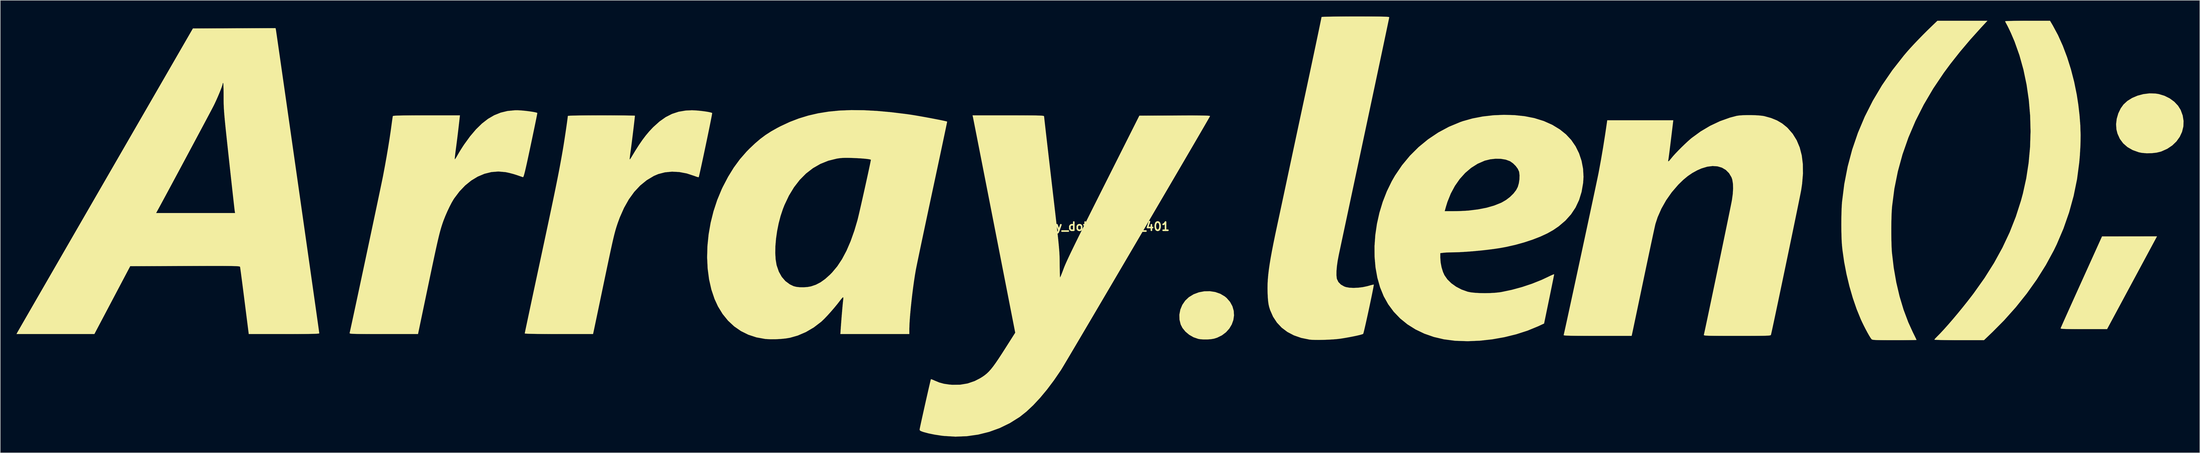
<source format=kicad_pcb>
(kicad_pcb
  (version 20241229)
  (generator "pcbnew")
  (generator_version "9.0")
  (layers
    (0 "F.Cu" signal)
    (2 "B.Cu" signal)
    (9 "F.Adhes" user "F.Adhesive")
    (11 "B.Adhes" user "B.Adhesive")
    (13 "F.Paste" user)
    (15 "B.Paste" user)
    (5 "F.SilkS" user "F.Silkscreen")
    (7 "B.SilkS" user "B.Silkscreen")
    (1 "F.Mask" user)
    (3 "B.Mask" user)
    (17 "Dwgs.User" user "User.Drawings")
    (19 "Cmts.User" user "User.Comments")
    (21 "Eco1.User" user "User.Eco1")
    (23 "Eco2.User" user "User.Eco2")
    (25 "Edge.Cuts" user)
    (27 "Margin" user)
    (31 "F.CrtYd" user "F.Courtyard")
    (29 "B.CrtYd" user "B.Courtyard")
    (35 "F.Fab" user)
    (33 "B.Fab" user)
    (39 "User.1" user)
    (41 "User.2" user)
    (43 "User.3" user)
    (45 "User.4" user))
  (footprint "array_dotlen_logo_401"
    (layer "F.Cu")
    (at 200.591 38.959)
    (property "Reference" "array_dotlen_logo_401" (at 0 0 0) (layer "F.SilkS") (effects (font (size 1.524 1.524) (thickness 0.3))))
    (attr through_hole)
    (fp_poly (pts (xy 193.871 5.154) (xy 193.442 5.952) (xy 192.926 6.913) (xy 192.342 7.999) (xy 191.713 9.172) (xy 191.056 10.393) (xy 190.395 11.625) (xy 189.747 12.829) (xy 189.251 13.754) (xy 186.421 19.022) (xy 182.102 19.022) (xy 180.967 19.02) (xy 180.041 19.016) (xy 179.305 19.008) (xy 178.741 18.996) (xy 178.33 18.979) (xy 178.052 18.956) (xy 177.889 18.927) (xy 177.823 18.891) (xy 177.82 18.871) (xy 177.872 18.746) (xy 178.01 18.43) (xy 178.228 17.937) (xy 178.519 17.284) (xy 178.876 16.487) (xy 179.291 15.561) (xy 179.758 14.522) (xy 180.269 13.386) (xy 180.818 12.168) (xy 181.397 10.885) (xy 181.673 10.275) (xy 185.488 1.829) (xy 190.574 1.826) (xy 195.661 1.822) (xy 193.871 5.154)) (stroke (width 0.01) (type solid)) (fill yes) (layer "F.SilkS"))
    (fp_poly (pts (xy 21.322 12.146) (xy 22.256 12.471) (xy 23.091 12.966) (xy 23.44 13.259) (xy 24.072 13.988) (xy 24.503 14.785) (xy 24.742 15.625) (xy 24.797 16.483) (xy 24.675 17.334) (xy 24.383 18.153) (xy 23.931 18.914) (xy 23.325 19.593) (xy 22.573 20.165) (xy 21.684 20.604) (xy 21.107 20.788) (xy 20.557 20.884) (xy 19.883 20.934) (xy 19.178 20.937) (xy 18.536 20.891) (xy 18.181 20.831) (xy 17.313 20.532) (xy 16.508 20.072) (xy 15.81 19.486) (xy 15.259 18.808) (xy 14.929 18.163) (xy 14.706 17.253) (xy 14.689 16.317) (xy 14.868 15.394) (xy 15.231 14.522) (xy 15.766 13.74) (xy 16.442 13.101) (xy 17.324 12.563) (xy 18.29 12.2) (xy 19.302 12.009) (xy 20.325 11.992) (xy 21.322 12.146)) (stroke (width 0.01) (type solid)) (fill yes) (layer "F.SilkS"))
    (fp_poly (pts (xy 195.329 -24.667) (xy 195.995 -24.564) (xy 197.05 -24.243) (xy 198.017 -23.76) (xy 198.863 -23.14) (xy 199.555 -22.405) (xy 200.037 -21.628) (xy 200.417 -20.596) (xy 200.581 -19.561) (xy 200.538 -18.541) (xy 200.298 -17.56) (xy 199.871 -16.636) (xy 199.266 -15.791) (xy 198.495 -15.046) (xy 197.565 -14.421) (xy 196.488 -13.937) (xy 196.366 -13.895) (xy 195.585 -13.706) (xy 194.68 -13.602) (xy 193.74 -13.587) (xy 192.854 -13.662) (xy 192.288 -13.777) (xy 191.159 -14.182) (xy 190.195 -14.736) (xy 189.401 -15.432) (xy 188.784 -16.264) (xy 188.352 -17.225) (xy 188.157 -17.999) (xy 188.09 -18.97) (xy 188.21 -19.985) (xy 188.501 -20.984) (xy 188.946 -21.91) (xy 189.463 -22.63) (xy 190.178 -23.29) (xy 191.055 -23.838) (xy 192.052 -24.263) (xy 193.126 -24.551) (xy 194.232 -24.69) (xy 195.329 -24.667)) (stroke (width 0.01) (type solid)) (fill yes) (layer "F.SilkS"))
    (fp_poly (pts (xy 176.378 -37.274) (xy 177.337 -35.487) (xy 178.222 -33.515) (xy 179.023 -31.391) (xy 179.728 -29.151) (xy 180.326 -26.827) (xy 180.807 -24.454) (xy 181.091 -22.609) (xy 181.32 -20.633) (xy 181.462 -18.772) (xy 181.519 -16.957) (xy 181.491 -15.117) (xy 181.379 -13.179) (xy 181.265 -11.865) (xy 180.856 -8.765) (xy 180.226 -5.672) (xy 179.385 -2.611) (xy 178.339 0.391) (xy 177.096 3.308) (xy 176.547 4.442) (xy 175.086 7.132) (xy 173.416 9.799) (xy 171.556 12.419) (xy 169.524 14.965) (xy 167.339 17.414) (xy 165.219 19.55) (xy 163.63 21.072) (xy 159.04 21.072) (xy 158.043 21.07) (xy 157.12 21.063) (xy 156.296 21.054) (xy 155.594 21.041) (xy 155.039 21.025) (xy 154.655 21.008) (xy 154.466 20.989) (xy 154.45 20.981) (xy 154.526 20.858) (xy 154.722 20.636) (xy 154.916 20.44) (xy 155.525 19.823) (xy 156.243 19.051) (xy 157.043 18.152) (xy 157.901 17.157) (xy 158.792 16.094) (xy 159.69 14.994) (xy 160.573 13.885) (xy 161.413 12.798) (xy 161.765 12.331) (xy 163.744 9.539) (xy 165.503 6.742) (xy 167.048 3.926) (xy 168.388 1.077) (xy 169.529 -1.821) (xy 170.479 -4.782) (xy 170.841 -6.118) (xy 171.458 -8.921) (xy 171.899 -11.791) (xy 172.166 -14.705) (xy 172.259 -17.638) (xy 172.182 -20.568) (xy 171.935 -23.469) (xy 171.521 -26.318) (xy 170.942 -29.091) (xy 170.198 -31.765) (xy 169.292 -34.316) (xy 168.614 -35.905) (xy 168.369 -36.427) (xy 168.127 -36.926) (xy 167.921 -37.331) (xy 167.824 -37.511) (xy 167.663 -37.807) (xy 167.565 -38.019) (xy 167.55 -38.072) (xy 167.66 -38.091) (xy 167.972 -38.109) (xy 168.461 -38.125) (xy 169.102 -38.138) (xy 169.87 -38.148) (xy 170.74 -38.155) (xy 171.686 -38.157) (xy 171.703 -38.157) (xy 175.858 -38.157) (xy 176.378 -37.274)) (stroke (width 0.01) (type solid)) (fill yes) (layer "F.SilkS"))
    (fp_poly (pts (xy 163.081 -36.876) (xy 161.077 -34.645) (xy 159.183 -32.4) (xy 157.433 -30.182) (xy 156.208 -28.524) (xy 154.234 -25.587) (xy 152.481 -22.602) (xy 150.949 -19.572) (xy 149.639 -16.497) (xy 148.55 -13.381) (xy 147.685 -10.224) (xy 147.043 -7.029) (xy 146.626 -3.797) (xy 146.592 -3.417) (xy 146.544 -2.684) (xy 146.509 -1.783) (xy 146.485 -0.763) (xy 146.474 0.323) (xy 146.476 1.425) (xy 146.49 2.491) (xy 146.516 3.472) (xy 146.554 4.316) (xy 146.592 4.841) (xy 146.923 7.646) (xy 147.396 10.361) (xy 148.007 12.965) (xy 148.749 15.436) (xy 149.617 17.751) (xy 150.456 19.595) (xy 150.708 20.105) (xy 150.919 20.537) (xy 151.07 20.854) (xy 151.143 21.015) (xy 151.147 21.028) (xy 151.037 21.038) (xy 150.725 21.047) (xy 150.237 21.055) (xy 149.596 21.062) (xy 148.83 21.067) (xy 147.964 21.071) (xy 147.064 21.072) (xy 145.986 21.071) (xy 145.113 21.068) (xy 144.422 21.062) (xy 143.89 21.052) (xy 143.496 21.036) (xy 143.215 21.014) (xy 143.026 20.984) (xy 142.906 20.946) (xy 142.831 20.898) (xy 142.806 20.872) (xy 142.618 20.611) (xy 142.357 20.185) (xy 142.047 19.635) (xy 141.709 19.003) (xy 141.367 18.331) (xy 141.042 17.661) (xy 140.836 17.214) (xy 140.064 15.321) (xy 139.356 13.258) (xy 138.726 11.079) (xy 138.188 8.836) (xy 137.755 6.581) (xy 137.44 4.368) (xy 137.353 3.531) (xy 137.299 2.773) (xy 137.26 1.842) (xy 137.237 0.792) (xy 137.228 -0.322) (xy 137.234 -1.447) (xy 137.254 -2.527) (xy 137.29 -3.51) (xy 137.34 -4.34) (xy 137.358 -4.556) (xy 137.775 -7.88) (xy 138.404 -11.124) (xy 139.245 -14.289) (xy 140.3 -17.377) (xy 141.569 -20.388) (xy 143.052 -23.325) (xy 144.751 -26.189) (xy 146.665 -28.981) (xy 148.796 -31.702) (xy 149.446 -32.468) (xy 150.027 -33.121) (xy 150.735 -33.886) (xy 151.531 -34.72) (xy 152.372 -35.582) (xy 153.22 -36.428) (xy 154.032 -37.217) (xy 155.014 -38.157) (xy 164.269 -38.157) (xy 163.081 -36.876)) (stroke (width 0.01) (type solid)) (fill yes) (layer "F.SilkS"))
    (fp_poly (pts (xy -107.385 -21.541) (xy -106.819 -21.497) (xy -106.212 -21.433) (xy -105.611 -21.357) (xy -105.06 -21.274) (xy -104.606 -21.191) (xy -104.294 -21.113) (xy -104.175 -21.057) (xy -104.191 -20.94) (xy -104.251 -20.622) (xy -104.35 -20.122) (xy -104.484 -19.461) (xy -104.649 -18.66) (xy -104.84 -17.739) (xy -105.053 -16.718) (xy -105.284 -15.619) (xy -105.403 -15.057) (xy -105.687 -13.724) (xy -105.928 -12.597) (xy -106.132 -11.663) (xy -106.303 -10.904) (xy -106.443 -10.305) (xy -106.557 -9.85) (xy -106.648 -9.523) (xy -106.721 -9.309) (xy -106.78 -9.191) (xy -106.827 -9.154) (xy -106.838 -9.156) (xy -107.017 -9.217) (xy -107.353 -9.332) (xy -107.788 -9.483) (xy -108.018 -9.563) (xy -108.635 -9.755) (xy -109.337 -9.939) (xy -109.985 -10.079) (xy -110.068 -10.094) (xy -111.381 -10.209) (xy -112.684 -10.104) (xy -113.964 -9.785) (xy -115.208 -9.26) (xy -116.401 -8.537) (xy -117.53 -7.621) (xy -118.581 -6.522) (xy -119.541 -5.246) (xy -119.689 -5.02) (xy -120.039 -4.421) (xy -120.427 -3.669) (xy -120.826 -2.827) (xy -121.204 -1.958) (xy -121.533 -1.127) (xy -121.691 -0.683) (xy -121.814 -0.311) (xy -121.933 0.063) (xy -122.049 0.455) (xy -122.169 0.882) (xy -122.294 1.36) (xy -122.429 1.905) (xy -122.578 2.535) (xy -122.745 3.265) (xy -122.933 4.111) (xy -123.146 5.091) (xy -123.387 6.22) (xy -123.662 7.516) (xy -123.973 8.994) (xy -124.324 10.671) (xy -124.504 11.533) (xy -126.259 19.933) (xy -132.617 19.933) (xy -133.982 19.932) (xy -135.137 19.931) (xy -136.098 19.928) (xy -136.884 19.923) (xy -137.511 19.916) (xy -137.997 19.905) (xy -138.359 19.89) (xy -138.615 19.872) (xy -138.781 19.848) (xy -138.876 19.819) (xy -138.916 19.784) (xy -138.919 19.742) (xy -138.916 19.733) (xy -138.876 19.566) (xy -138.792 19.191) (xy -138.668 18.627) (xy -138.508 17.888) (xy -138.314 16.992) (xy -138.091 15.955) (xy -137.841 14.792) (xy -137.569 13.521) (xy -137.278 12.157) (xy -136.97 10.717) (xy -136.651 9.217) (xy -136.322 7.674) (xy -135.988 6.104) (xy -135.653 4.523) (xy -135.318 2.947) (xy -134.989 1.393) (xy -134.668 -0.123) (xy -134.359 -1.585) (xy -134.066 -2.976) (xy -133.791 -4.28) (xy -133.539 -5.48) (xy -133.312 -6.561) (xy -133.115 -7.507) (xy -132.95 -8.299) (xy -132.821 -8.924) (xy -132.732 -9.363) (xy -132.704 -9.511) (xy -132.379 -11.243) (xy -132.07 -12.973) (xy -131.785 -14.653) (xy -131.531 -16.234) (xy -131.317 -17.671) (xy -131.21 -18.452) (xy -131.124 -19.088) (xy -131.047 -19.65) (xy -130.982 -20.096) (xy -130.937 -20.386) (xy -130.921 -20.474) (xy -130.865 -20.506) (xy -130.71 -20.533) (xy -130.441 -20.556) (xy -130.041 -20.575) (xy -129.497 -20.589) (xy -128.793 -20.6) (xy -127.916 -20.608) (xy -126.849 -20.613) (xy -125.579 -20.616) (xy -124.69 -20.616) (xy -118.5 -20.616) (xy -118.758 -18.367) (xy -118.859 -17.51) (xy -118.972 -16.577) (xy -119.088 -15.649) (xy -119.197 -14.808) (xy -119.262 -14.317) (xy -119.343 -13.704) (xy -119.405 -13.173) (xy -119.445 -12.764) (xy -119.459 -12.516) (xy -119.452 -12.461) (xy -119.376 -12.527) (xy -119.222 -12.753) (xy -119.017 -13.097) (xy -118.919 -13.272) (xy -118.645 -13.747) (xy -118.293 -14.321) (xy -117.919 -14.906) (xy -117.702 -15.232) (xy -116.611 -16.737) (xy -115.522 -18.022) (xy -114.424 -19.095) (xy -113.304 -19.965) (xy -112.15 -20.637) (xy -110.951 -21.121) (xy -109.695 -21.424) (xy -108.369 -21.554) (xy -107.865 -21.56) (xy -107.385 -21.541)) (stroke (width 0.01) (type solid)) (fill yes) (layer "F.SilkS"))
    (fp_poly (pts (xy 48.676 -38.953) (xy 49.869 -38.95) (xy 50.865 -38.944) (xy 51.677 -38.936) (xy 52.321 -38.924) (xy 52.811 -38.908) (xy 53.162 -38.889) (xy 53.39 -38.865) (xy 53.508 -38.837) (xy 53.534 -38.811) (xy 53.51 -38.687) (xy 53.442 -38.351) (xy 53.33 -37.814) (xy 53.179 -37.087) (xy 52.988 -36.18) (xy 52.762 -35.106) (xy 52.503 -33.874) (xy 52.212 -32.495) (xy 51.892 -30.981) (xy 51.545 -29.343) (xy 51.174 -27.591) (xy 50.781 -25.736) (xy 50.368 -23.789) (xy 49.937 -21.761) (xy 49.491 -19.664) (xy 49.033 -17.507) (xy 49.028 -17.483) (xy 48.564 -15.302) (xy 48.11 -13.166) (xy 47.667 -11.086) (xy 47.24 -9.076) (xy 46.83 -7.147) (xy 46.439 -5.311) (xy 46.071 -3.58) (xy 45.728 -1.966) (xy 45.412 -0.48) (xy 45.126 0.865) (xy 44.872 2.058) (xy 44.654 3.086) (xy 44.473 3.937) (xy 44.332 4.6) (xy 44.233 5.063) (xy 44.184 5.296) (xy 43.983 6.359) (xy 43.844 7.353) (xy 43.767 8.245) (xy 43.757 9) (xy 43.816 9.584) (xy 43.85 9.732) (xy 44.123 10.297) (xy 44.585 10.768) (xy 45.207 11.12) (xy 45.522 11.23) (xy 46.148 11.344) (xy 46.922 11.381) (xy 47.777 11.344) (xy 48.65 11.237) (xy 49.475 11.063) (xy 49.66 11.011) (xy 50.095 10.888) (xy 50.439 10.801) (xy 50.639 10.763) (xy 50.669 10.766) (xy 50.661 10.888) (xy 50.609 11.203) (xy 50.518 11.684) (xy 50.397 12.301) (xy 50.249 13.025) (xy 50.082 13.827) (xy 49.902 14.68) (xy 49.715 15.554) (xy 49.527 16.421) (xy 49.344 17.252) (xy 49.173 18.019) (xy 49.019 18.691) (xy 48.889 19.242) (xy 48.789 19.642) (xy 48.724 19.863) (xy 48.709 19.895) (xy 48.544 19.972) (xy 48.188 20.076) (xy 47.678 20.2) (xy 47.047 20.336) (xy 46.33 20.478) (xy 45.563 20.618) (xy 44.78 20.748) (xy 44.535 20.786) (xy 43.911 20.862) (xy 43.153 20.925) (xy 42.312 20.974) (xy 41.442 21.008) (xy 40.594 21.024) (xy 39.822 21.021) (xy 39.177 20.998) (xy 38.755 20.958) (xy 37.247 20.651) (xy 35.887 20.178) (xy 34.68 19.544) (xy 33.631 18.754) (xy 32.746 17.811) (xy 32.029 16.72) (xy 31.486 15.485) (xy 31.301 14.89) (xy 31.195 14.413) (xy 31.115 13.838) (xy 31.057 13.124) (xy 31.016 12.226) (xy 31.015 12.182) (xy 31.002 11.421) (xy 31.016 10.645) (xy 31.06 9.832) (xy 31.136 8.964) (xy 31.248 8.02) (xy 31.398 6.98) (xy 31.589 5.824) (xy 31.824 4.533) (xy 32.107 3.086) (xy 32.439 1.463) (xy 32.825 -0.355) (xy 32.932 -0.854) (xy 33.054 -1.418) (xy 33.217 -2.178) (xy 33.416 -3.109) (xy 33.646 -4.184) (xy 33.901 -5.377) (xy 34.175 -6.661) (xy 34.463 -8.01) (xy 34.758 -9.399) (xy 35.057 -10.801) (xy 35.194 -11.447) (xy 35.503 -12.896) (xy 35.819 -14.384) (xy 36.138 -15.877) (xy 36.451 -17.346) (xy 36.752 -18.758) (xy 37.035 -20.082) (xy 37.293 -21.286) (xy 37.518 -22.339) (xy 37.705 -23.21) (xy 37.748 -23.407) (xy 37.992 -24.544) (xy 38.25 -25.749) (xy 38.517 -27.003) (xy 38.791 -28.286) (xy 39.065 -29.578) (xy 39.337 -30.861) (xy 39.602 -32.115) (xy 39.857 -33.319) (xy 40.096 -34.456) (xy 40.316 -35.504) (xy 40.513 -36.445) (xy 40.682 -37.258) (xy 40.82 -37.926) (xy 40.923 -38.427) (xy 40.985 -38.743) (xy 41.004 -38.852) (xy 41.115 -38.873) (xy 41.437 -38.891) (xy 41.951 -38.908) (xy 42.641 -38.923) (xy 43.49 -38.935) (xy 44.479 -38.945) (xy 45.591 -38.951) (xy 46.81 -38.954) (xy 47.269 -38.954) (xy 48.676 -38.953)) (stroke (width 0.01) (type solid)) (fill yes) (layer "F.SilkS"))
    (fp_poly (pts (xy 76.727 -20.658) (xy 78.609 -20.457) (xy 80.368 -20.11) (xy 80.414 -20.099) (xy 82.146 -19.559) (xy 83.718 -18.857) (xy 85.13 -17.994) (xy 86.259 -17.085) (xy 87.223 -16.052) (xy 88.03 -14.873) (xy 88.67 -13.574) (xy 89.134 -12.182) (xy 89.413 -10.722) (xy 89.497 -9.223) (xy 89.426 -8.087) (xy 89.142 -6.436) (xy 88.677 -4.92) (xy 88.027 -3.532) (xy 87.186 -2.263) (xy 86.149 -1.105) (xy 84.912 -0.05) (xy 83.888 0.653) (xy 82.794 1.269) (xy 81.509 1.863) (xy 80.072 2.423) (xy 78.522 2.935) (xy 76.895 3.388) (xy 75.229 3.767) (xy 74.093 3.977) (xy 72.963 4.148) (xy 71.706 4.309) (xy 70.379 4.455) (xy 69.037 4.58) (xy 67.735 4.679) (xy 66.53 4.748) (xy 65.477 4.781) (xy 65.209 4.784) (xy 64.658 4.793) (xy 64.111 4.816) (xy 63.669 4.849) (xy 63.585 4.858) (xy 62.987 4.929) (xy 62.987 5.807) (xy 63.049 6.67) (xy 63.221 7.57) (xy 63.481 8.417) (xy 63.754 9.026) (xy 64.296 9.805) (xy 65.029 10.525) (xy 65.916 11.16) (xy 66.924 11.686) (xy 68.017 12.077) (xy 68.08 12.095) (xy 68.664 12.21) (xy 69.421 12.292) (xy 70.297 12.341) (xy 71.241 12.356) (xy 72.2 12.338) (xy 73.12 12.286) (xy 73.95 12.199) (xy 74.321 12.141) (xy 76.216 11.741) (xy 78.128 11.219) (xy 79.992 10.596) (xy 81.743 9.894) (xy 82.835 9.382) (xy 83.306 9.153) (xy 83.693 8.977) (xy 83.958 8.872) (xy 84.061 8.854) (xy 84.061 8.855) (xy 84.04 8.982) (xy 83.976 9.308) (xy 83.877 9.808) (xy 83.745 10.46) (xy 83.587 11.239) (xy 83.407 12.12) (xy 83.21 13.08) (xy 83.131 13.461) (xy 82.199 17.981) (xy 81.073 18.504) (xy 79.134 19.302) (xy 77.043 19.975) (xy 74.847 20.515) (xy 72.589 20.914) (xy 70.313 21.165) (xy 68.065 21.26) (xy 65.888 21.191) (xy 65.634 21.172) (xy 63.659 20.913) (xy 61.788 20.473) (xy 60.032 19.859) (xy 58.401 19.078) (xy 56.906 18.137) (xy 55.558 17.041) (xy 54.367 15.798) (xy 53.344 14.414) (xy 52.514 12.928) (xy 51.842 11.274) (xy 51.338 9.493) (xy 51 7.608) (xy 50.826 5.642) (xy 50.813 3.619) (xy 50.959 1.563) (xy 51.262 -0.504) (xy 51.72 -2.556) (xy 51.808 -2.848) (xy 63.799 -2.848) (xy 65.415 -2.848) (xy 66.14 -2.857) (xy 66.918 -2.882) (xy 67.654 -2.919) (xy 68.252 -2.963) (xy 70.004 -3.182) (xy 71.565 -3.488) (xy 72.957 -3.887) (xy 74.2 -4.384) (xy 74.378 -4.469) (xy 75.161 -4.924) (xy 75.893 -5.485) (xy 76.531 -6.111) (xy 77.031 -6.76) (xy 77.336 -7.347) (xy 77.528 -8.016) (xy 77.639 -8.754) (xy 77.662 -9.477) (xy 77.591 -10.097) (xy 77.565 -10.2) (xy 77.337 -10.702) (xy 76.955 -11.226) (xy 76.474 -11.706) (xy 75.953 -12.079) (xy 75.85 -12.134) (xy 75.095 -12.411) (xy 74.204 -12.56) (xy 73.234 -12.58) (xy 72.238 -12.472) (xy 71.272 -12.235) (xy 71.166 -12.199) (xy 69.891 -11.642) (xy 68.693 -10.882) (xy 67.585 -9.934) (xy 66.578 -8.813) (xy 65.688 -7.535) (xy 64.925 -6.115) (xy 64.304 -4.569) (xy 64.028 -3.673) (xy 63.799 -2.848) (xy 51.808 -2.848) (xy 52.33 -4.571) (xy 53.091 -6.525) (xy 54 -8.395) (xy 54.608 -9.453) (xy 55.904 -11.366) (xy 57.364 -13.13) (xy 58.975 -14.735) (xy 60.725 -16.172) (xy 62.601 -17.43) (xy 64.59 -18.5) (xy 66.681 -19.37) (xy 67.157 -19.536) (xy 68.932 -20.037) (xy 70.824 -20.402) (xy 72.786 -20.628) (xy 74.77 -20.714) (xy 76.727 -20.658)) (stroke (width 0.01) (type solid)) (fill yes) (layer "F.SilkS"))
    (fp_poly (pts (xy -75.042 -21.54) (xy -74.435 -21.496) (xy -73.8 -21.431) (xy -73.182 -21.352) (xy -72.626 -21.265) (xy -72.18 -21.175) (xy -71.887 -21.09) (xy -71.806 -21.044) (xy -71.819 -20.926) (xy -71.874 -20.611) (xy -71.967 -20.123) (xy -72.092 -19.487) (xy -72.245 -18.73) (xy -72.419 -17.875) (xy -72.61 -16.948) (xy -72.812 -15.973) (xy -73.021 -14.977) (xy -73.23 -13.984) (xy -73.435 -13.018) (xy -73.63 -12.106) (xy -73.81 -11.273) (xy -73.97 -10.542) (xy -74.104 -9.94) (xy -74.208 -9.492) (xy -74.276 -9.222) (xy -74.299 -9.152) (xy -74.428 -9.161) (xy -74.707 -9.242) (xy -75.08 -9.378) (xy -75.117 -9.392) (xy -76.504 -9.848) (xy -77.887 -10.11) (xy -79.243 -10.18) (xy -80.546 -10.056) (xy -81.771 -9.74) (xy -82.596 -9.39) (xy -83.917 -8.599) (xy -85.129 -7.612) (xy -86.234 -6.428) (xy -87.232 -5.045) (xy -88.124 -3.462) (xy -88.913 -1.678) (xy -89.282 -0.67) (xy -89.401 -0.317) (xy -89.513 0.025) (xy -89.62 0.372) (xy -89.727 0.74) (xy -89.837 1.147) (xy -89.955 1.608) (xy -90.084 2.141) (xy -90.228 2.762) (xy -90.39 3.488) (xy -90.576 4.335) (xy -90.787 5.32) (xy -91.029 6.459) (xy -91.305 7.769) (xy -91.619 9.267) (xy -91.975 10.97) (xy -92.027 11.219) (xy -92.306 12.558) (xy -92.573 13.835) (xy -92.823 15.033) (xy -93.054 16.134) (xy -93.26 17.119) (xy -93.439 17.971) (xy -93.586 18.671) (xy -93.697 19.201) (xy -93.77 19.543) (xy -93.799 19.676) (xy -93.859 19.933) (xy -100.178 19.933) (xy -101.701 19.931) (xy -103.022 19.925) (xy -104.136 19.915) (xy -105.04 19.901) (xy -105.731 19.883) (xy -106.204 19.862) (xy -106.455 19.837) (xy -106.498 19.819) (xy -106.474 19.696) (xy -106.406 19.363) (xy -106.296 18.835) (xy -106.146 18.125) (xy -105.961 17.247) (xy -105.742 16.215) (xy -105.493 15.042) (xy -105.217 13.742) (xy -104.916 12.329) (xy -104.593 10.816) (xy -104.251 9.218) (xy -103.894 7.547) (xy -103.601 6.18) (xy -103.115 3.904) (xy -102.673 1.836) (xy -102.274 -0.04) (xy -101.913 -1.739) (xy -101.589 -3.277) (xy -101.297 -4.669) (xy -101.035 -5.931) (xy -100.8 -7.078) (xy -100.588 -8.124) (xy -100.396 -9.087) (xy -100.221 -9.979) (xy -100.06 -10.818) (xy -99.911 -11.619) (xy -99.769 -12.396) (xy -99.631 -13.166) (xy -99.496 -13.943) (xy -99.445 -14.238) (xy -99.346 -14.828) (xy -99.235 -15.522) (xy -99.116 -16.283) (xy -98.996 -17.075) (xy -98.878 -17.863) (xy -98.77 -18.61) (xy -98.675 -19.282) (xy -98.599 -19.841) (xy -98.547 -20.253) (xy -98.525 -20.481) (xy -98.525 -20.498) (xy -98.424 -20.527) (xy -98.118 -20.552) (xy -97.605 -20.573) (xy -96.88 -20.589) (xy -95.941 -20.602) (xy -94.783 -20.611) (xy -93.404 -20.615) (xy -92.317 -20.616) (xy -91.152 -20.615) (xy -90.058 -20.612) (xy -89.055 -20.606) (xy -88.166 -20.599) (xy -87.41 -20.59) (xy -86.807 -20.58) (xy -86.379 -20.569) (xy -86.147 -20.557) (xy -86.109 -20.55) (xy -86.123 -20.377) (xy -86.161 -20.014) (xy -86.219 -19.497) (xy -86.293 -18.861) (xy -86.378 -18.142) (xy -86.471 -17.376) (xy -86.566 -16.599) (xy -86.659 -15.847) (xy -86.747 -15.156) (xy -86.824 -14.56) (xy -86.887 -14.097) (xy -86.907 -13.957) (xy -86.984 -13.405) (xy -87.042 -12.939) (xy -87.076 -12.604) (xy -87.081 -12.442) (xy -87.078 -12.435) (xy -86.999 -12.493) (xy -86.856 -12.692) (xy -86.807 -12.773) (xy -86.049 -14.034) (xy -85.359 -15.118) (xy -84.716 -16.056) (xy -84.096 -16.878) (xy -83.478 -17.616) (xy -82.839 -18.301) (xy -82.679 -18.463) (xy -81.548 -19.481) (xy -80.411 -20.284) (xy -79.243 -20.881) (xy -78.02 -21.285) (xy -76.716 -21.505) (xy -75.574 -21.557) (xy -75.042 -21.54)) (stroke (width 0.01) (type solid)) (fill yes) (layer "F.SilkS"))
    (fp_poly (pts (xy -152.575 -36.535) (xy -152.553 -36.398) (xy -152.502 -36.049) (xy -152.421 -35.498) (xy -152.314 -34.757) (xy -152.181 -33.838) (xy -152.025 -32.752) (xy -151.846 -31.512) (xy -151.648 -30.129) (xy -151.431 -28.615) (xy -151.197 -26.981) (xy -150.947 -25.24) (xy -150.684 -23.402) (xy -150.409 -21.48) (xy -150.124 -19.485) (xy -149.83 -17.429) (xy -149.53 -15.324) (xy -149.224 -13.181) (xy -148.914 -11.013) (xy -148.603 -8.83) (xy -148.291 -6.645) (xy -147.981 -4.469) (xy -147.674 -2.314) (xy -147.371 -0.192) (xy -147.076 1.886) (xy -146.788 3.908) (xy -146.51 5.862) (xy -146.243 7.736) (xy -145.99 9.52) (xy -145.751 11.2) (xy -145.529 12.766) (xy -145.325 14.205) (xy -145.14 15.506) (xy -144.978 16.658) (xy -144.838 17.648) (xy -144.723 18.465) (xy -144.635 19.097) (xy -144.575 19.532) (xy -144.544 19.759) (xy -144.541 19.79) (xy -144.585 19.822) (xy -144.727 19.848) (xy -144.982 19.871) (xy -145.364 19.889) (xy -145.888 19.904) (xy -146.567 19.915) (xy -147.417 19.923) (xy -148.452 19.929) (xy -149.686 19.932) (xy -151.065 19.933) (xy -157.589 19.933) (xy -158.365 13.811) (xy -158.513 12.65) (xy -158.653 11.554) (xy -158.783 10.545) (xy -158.901 9.643) (xy -159.003 8.869) (xy -159.086 8.247) (xy -159.148 7.796) (xy -159.186 7.539) (xy -159.196 7.488) (xy -159.214 7.454) (xy -159.26 7.424) (xy -159.346 7.397) (xy -159.486 7.375) (xy -159.695 7.356) (xy -159.987 7.341) (xy -160.375 7.329) (xy -160.873 7.319) (xy -161.496 7.313) (xy -162.256 7.308) (xy -163.169 7.306) (xy -164.248 7.306) (xy -165.508 7.308) (xy -166.961 7.311) (xy -168.622 7.315) (xy -169.392 7.318) (xy -179.534 7.347) (xy -182.852 13.64) (xy -186.17 19.933) (xy -200.586 19.933) (xy -200.42 19.62) (xy -200.349 19.496) (xy -200.17 19.183) (xy -199.886 18.688) (xy -199.502 18.02) (xy -199.022 17.187) (xy -198.451 16.196) (xy -197.794 15.055) (xy -197.056 13.773) (xy -196.24 12.357) (xy -195.351 10.815) (xy -194.395 9.156) (xy -193.375 7.387) (xy -192.296 5.515) (xy -191.163 3.55) (xy -189.981 1.5) (xy -188.753 -0.629) (xy -187.671 -2.506) (xy -174.741 -2.506) (xy -160.125 -2.506) (xy -160.193 -2.933) (xy -160.215 -3.111) (xy -160.26 -3.498) (xy -160.326 -4.075) (xy -160.41 -4.825) (xy -160.511 -5.729) (xy -160.627 -6.77) (xy -160.755 -7.93) (xy -160.893 -9.19) (xy -161.04 -10.533) (xy -161.194 -11.941) (xy -161.252 -12.472) (xy -161.433 -14.136) (xy -161.59 -15.592) (xy -161.726 -16.859) (xy -161.842 -17.957) (xy -161.939 -18.904) (xy -162.019 -19.72) (xy -162.083 -20.422) (xy -162.134 -21.031) (xy -162.173 -21.566) (xy -162.202 -22.044) (xy -162.221 -22.485) (xy -162.233 -22.909) (xy -162.24 -23.333) (xy -162.242 -23.777) (xy -162.242 -24.119) (xy -162.245 -24.851) (xy -162.256 -25.5) (xy -162.272 -26.034) (xy -162.294 -26.421) (xy -162.319 -26.627) (xy -162.332 -26.653) (xy -162.412 -26.56) (xy -162.423 -26.473) (xy -162.469 -26.258) (xy -162.596 -25.875) (xy -162.787 -25.366) (xy -163.027 -24.769) (xy -163.299 -24.124) (xy -163.587 -23.471) (xy -163.875 -22.848) (xy -164.076 -22.436) (xy -164.207 -22.182) (xy -164.435 -21.745) (xy -164.752 -21.145) (xy -165.148 -20.398) (xy -165.612 -19.524) (xy -166.136 -18.541) (xy -166.708 -17.467) (xy -167.32 -16.32) (xy -167.961 -15.119) (xy -168.622 -13.882) (xy -169.293 -12.627) (xy -169.964 -11.372) (xy -170.626 -10.136) (xy -171.269 -8.938) (xy -171.882 -7.794) (xy -172.457 -6.724) (xy -172.983 -5.746) (xy -173.451 -4.879) (xy -173.85 -4.139) (xy -174.172 -3.547) (xy -174.289 -3.332) (xy -174.741 -2.506) (xy -187.671 -2.506) (xy -187.485 -2.828) (xy -186.181 -5.089) (xy -184.845 -7.405) (xy -184.09 -8.713) (xy -167.928 -36.733) (xy -160.28 -36.762) (xy -152.633 -36.792) (xy -152.575 -36.535)) (stroke (width 0.01) (type solid)) (fill yes) (layer "F.SilkS"))
    (fp_poly (pts (xy -43.764 -21.569) (xy -41.319 -21.439) (xy -38.704 -21.202) (xy -35.906 -20.86) (xy -35.309 -20.777) (xy -34.78 -20.697) (xy -34.134 -20.591) (xy -33.403 -20.465) (xy -32.62 -20.326) (xy -31.817 -20.179) (xy -31.025 -20.03) (xy -30.277 -19.886) (xy -29.605 -19.753) (xy -29.041 -19.636) (xy -28.617 -19.542) (xy -28.364 -19.476) (xy -28.307 -19.452) (xy -28.328 -19.339) (xy -28.393 -19.017) (xy -28.5 -18.5) (xy -28.646 -17.801) (xy -28.828 -16.936) (xy -29.043 -15.917) (xy -29.288 -14.759) (xy -29.56 -13.475) (xy -29.857 -12.08) (xy -30.175 -10.587) (xy -30.511 -9.01) (xy -30.863 -7.363) (xy -31.049 -6.492) (xy -31.415 -4.779) (xy -31.772 -3.104) (xy -32.116 -1.484) (xy -32.444 0.065) (xy -32.753 1.526) (xy -33.04 2.883) (xy -33.3 4.121) (xy -33.53 5.222) (xy -33.728 6.171) (xy -33.889 6.952) (xy -34.01 7.548) (xy -34.088 7.943) (xy -34.105 8.03) (xy -34.276 9.033) (xy -34.447 10.161) (xy -34.615 11.374) (xy -34.773 12.635) (xy -34.919 13.903) (xy -35.048 15.14) (xy -35.156 16.308) (xy -35.238 17.367) (xy -35.29 18.278) (xy -35.309 18.993) (xy -35.309 19.933) (xy -48.068 19.933) (xy -48.001 18.936) (xy -47.954 18.262) (xy -47.897 17.51) (xy -47.835 16.72) (xy -47.769 15.935) (xy -47.705 15.193) (xy -47.645 14.538) (xy -47.593 14.008) (xy -47.553 13.645) (xy -47.539 13.543) (xy -47.516 13.265) (xy -47.547 13.112) (xy -47.568 13.102) (xy -47.684 13.189) (xy -47.884 13.409) (xy -48.066 13.641) (xy -48.608 14.342) (xy -49.216 15.082) (xy -49.852 15.82) (xy -50.477 16.512) (xy -51.053 17.115) (xy -51.543 17.586) (xy -51.634 17.666) (xy -52.996 18.708) (xy -54.446 19.56) (xy -55.962 20.211) (xy -57.388 20.618) (xy -58.178 20.751) (xy -59.109 20.845) (xy -60.097 20.896) (xy -61.055 20.899) (xy -61.902 20.852) (xy -62.018 20.84) (xy -63.612 20.55) (xy -65.102 20.061) (xy -66.48 19.378) (xy -67.738 18.505) (xy -68.87 17.45) (xy -69.869 16.217) (xy -70.727 14.813) (xy -71.357 13.446) (xy -71.949 11.685) (xy -72.375 9.794) (xy -72.637 7.8) (xy -72.737 5.728) (xy -72.714 4.909) (xy -60.128 4.909) (xy -60.059 6.081) (xy -59.893 7.094) (xy -59.858 7.233) (xy -59.466 8.369) (xy -58.929 9.331) (xy -58.25 10.117) (xy -57.43 10.726) (xy -56.744 11.057) (xy -56.236 11.188) (xy -55.583 11.258) (xy -54.86 11.267) (xy -54.142 11.214) (xy -53.503 11.098) (xy -53.501 11.097) (xy -52.606 10.793) (xy -51.745 10.346) (xy -50.889 9.734) (xy -50.004 8.938) (xy -49.596 8.522) (xy -48.644 7.383) (xy -47.757 6.039) (xy -46.934 4.488) (xy -46.174 2.726) (xy -45.474 0.75) (xy -44.919 -1.128) (xy -44.835 -1.454) (xy -44.716 -1.948) (xy -44.566 -2.587) (xy -44.392 -3.344) (xy -44.198 -4.193) (xy -43.991 -5.11) (xy -43.776 -6.069) (xy -43.558 -7.044) (xy -43.345 -8.01) (xy -43.14 -8.942) (xy -42.95 -9.813) (xy -42.781 -10.598) (xy -42.637 -11.272) (xy -42.526 -11.81) (xy -42.452 -12.185) (xy -42.42 -12.372) (xy -42.421 -12.389) (xy -42.591 -12.452) (xy -42.96 -12.515) (xy -43.497 -12.577) (xy -44.174 -12.633) (xy -44.959 -12.68) (xy -45.674 -12.712) (xy -46.512 -12.736) (xy -47.177 -12.74) (xy -47.727 -12.72) (xy -48.215 -12.676) (xy -48.699 -12.604) (xy -48.732 -12.598) (xy -50.299 -12.211) (xy -51.774 -11.618) (xy -53.153 -10.824) (xy -54.43 -9.834) (xy -55.6 -8.652) (xy -56.657 -7.283) (xy -57.597 -5.733) (xy -58.415 -4.005) (xy -58.707 -3.265) (xy -59.141 -1.961) (xy -59.501 -0.582) (xy -59.784 0.834) (xy -59.986 2.246) (xy -60.102 3.618) (xy -60.128 4.909) (xy -72.714 4.909) (xy -72.677 3.603) (xy -72.458 1.451) (xy -72.083 -0.704) (xy -71.552 -2.835) (xy -70.869 -4.918) (xy -70.034 -6.927) (xy -69.844 -7.328) (xy -68.853 -9.225) (xy -67.804 -10.929) (xy -66.673 -12.473) (xy -65.44 -13.888) (xy -64.907 -14.432) (xy -63.872 -15.413) (xy -62.898 -16.246) (xy -61.925 -16.974) (xy -60.891 -17.641) (xy -59.736 -18.292) (xy -59.115 -18.615) (xy -57.461 -19.386) (xy -55.762 -20.04) (xy -54.003 -20.577) (xy -52.169 -21) (xy -50.243 -21.309) (xy -48.211 -21.506) (xy -46.056 -21.592) (xy -43.764 -21.569)) (stroke (width 0.01) (type solid)) (fill yes) (layer "F.SilkS"))
    (fp_poly (pts (xy -15.581 -20.616) (xy -14.389 -20.614) (xy -13.391 -20.611) (xy -12.571 -20.605) (xy -11.911 -20.597) (xy -11.394 -20.585) (xy -11.004 -20.571) (xy -10.724 -20.552) (xy -10.537 -20.529) (xy -10.426 -20.5) (xy -10.375 -20.467) (xy -10.365 -20.437) (xy -10.352 -20.302) (xy -10.314 -19.956) (xy -10.254 -19.413) (xy -10.171 -18.688) (xy -10.07 -17.796) (xy -9.95 -16.751) (xy -9.814 -15.569) (xy -9.663 -14.265) (xy -9.5 -12.852) (xy -9.325 -11.347) (xy -9.141 -9.763) (xy -8.95 -8.115) (xy -8.929 -7.937) (xy -8.703 -5.996) (xy -8.502 -4.266) (xy -8.324 -2.732) (xy -8.168 -1.378) (xy -8.034 -0.19) (xy -7.918 0.848) (xy -7.819 1.75) (xy -7.737 2.533) (xy -7.67 3.211) (xy -7.615 3.8) (xy -7.573 4.315) (xy -7.54 4.771) (xy -7.516 5.182) (xy -7.5 5.566) (xy -7.489 5.935) (xy -7.482 6.307) (xy -7.478 6.696) (xy -7.476 6.919) (xy -7.469 7.651) (xy -7.458 8.301) (xy -7.443 8.835) (xy -7.427 9.221) (xy -7.409 9.428) (xy -7.4 9.453) (xy -7.343 9.352) (xy -7.223 9.073) (xy -7.055 8.652) (xy -6.855 8.125) (xy -6.725 7.774) (xy -6.609 7.472) (xy -6.455 7.103) (xy -6.259 6.656) (xy -6.016 6.121) (xy -5.721 5.49) (xy -5.369 4.75) (xy -4.954 3.893) (xy -4.474 2.908) (xy -3.921 1.785) (xy -3.292 0.514) (xy -2.581 -0.915) (xy -1.784 -2.512) (xy -0.895 -4.287) (xy 0.089 -6.25) (xy 0.583 -7.233) (xy 7.276 -20.559) (xy 13.845 -20.589) (xy 15.28 -20.594) (xy 16.502 -20.597) (xy 17.525 -20.596) (xy 18.365 -20.592) (xy 19.035 -20.584) (xy 19.55 -20.572) (xy 19.926 -20.556) (xy 20.176 -20.536) (xy 20.316 -20.51) (xy 20.359 -20.48) (xy 20.358 -20.475) (xy 20.287 -20.341) (xy 20.107 -20.022) (xy 19.823 -19.527) (xy 19.443 -18.867) (xy 18.971 -18.053) (xy 18.415 -17.095) (xy 17.781 -16.004) (xy 17.074 -14.79) (xy 16.3 -13.464) (xy 15.467 -12.035) (xy 14.579 -10.516) (xy 13.644 -8.915) (xy 12.668 -7.245) (xy 11.655 -5.514) (xy 10.614 -3.734) (xy 9.549 -1.915) (xy 8.467 -0.068) (xy 7.375 1.797) (xy 6.278 3.669) (xy 5.182 5.538) (xy 4.094 7.394) (xy 3.019 9.225) (xy 1.965 11.021) (xy 0.936 12.773) (xy -0.06 14.468) (xy -1.018 16.098) (xy -1.931 17.651) (xy -2.794 19.116) (xy -3.599 20.484) (xy -4.342 21.744) (xy -5.016 22.885) (xy -5.614 23.897) (xy -6.131 24.769) (xy -6.56 25.491) (xy -6.895 26.052) (xy -7.131 26.442) (xy -7.26 26.651) (xy -7.262 26.653) (xy -8.535 28.516) (xy -9.818 30.224) (xy -11.099 31.766) (xy -12.365 33.126) (xy -13.605 34.293) (xy -14.807 35.252) (xy -14.921 35.333) (xy -16.689 36.445) (xy -18.561 37.358) (xy -20.521 38.07) (xy -22.554 38.576) (xy -24.644 38.874) (xy -26.775 38.959) (xy -28.933 38.828) (xy -29.387 38.773) (xy -30.625 38.583) (xy -31.72 38.362) (xy -32.634 38.117) (xy -32.839 38.05) (xy -33.181 37.92) (xy -33.351 37.806) (xy -33.397 37.666) (xy -33.39 37.576) (xy -33.352 37.377) (xy -33.273 36.997) (xy -33.158 36.461) (xy -33.013 35.8) (xy -32.846 35.042) (xy -32.662 34.214) (xy -32.469 33.345) (xy -32.271 32.463) (xy -32.076 31.598) (xy -31.889 30.776) (xy -31.719 30.027) (xy -31.569 29.379) (xy -31.448 28.86) (xy -31.361 28.498) (xy -31.315 28.323) (xy -31.31 28.311) (xy -31.191 28.331) (xy -30.926 28.432) (xy -30.58 28.587) (xy -29.754 28.927) (xy -28.896 29.159) (xy -27.932 29.302) (xy -27.332 29.349) (xy -25.881 29.33) (xy -24.51 29.099) (xy -23.21 28.655) (xy -22.215 28.143) (xy -21.759 27.86) (xy -21.348 27.572) (xy -20.962 27.258) (xy -20.586 26.896) (xy -20.2 26.465) (xy -19.787 25.945) (xy -19.33 25.313) (xy -18.81 24.55) (xy -18.21 23.633) (xy -17.512 22.542) (xy -17.495 22.514) (xy -15.699 19.685) (xy -19.587 -0.209) (xy -19.997 -2.305) (xy -20.395 -4.342) (xy -20.78 -6.309) (xy -21.149 -8.195) (xy -21.501 -9.989) (xy -21.831 -11.679) (xy -22.14 -13.253) (xy -22.424 -14.7) (xy -22.681 -16.009) (xy -22.908 -17.169) (xy -23.105 -18.167) (xy -23.267 -18.993) (xy -23.394 -19.635) (xy -23.483 -20.082) (xy -23.531 -20.322) (xy -23.539 -20.36) (xy -23.602 -20.616) (xy -16.984 -20.616) (xy -15.581 -20.616)) (stroke (width 0.01) (type solid)) (fill yes) (layer "F.SilkS"))
    (fp_poly (pts (xy 120.549 -20.661) (xy 121.353 -20.636) (xy 122.089 -20.588) (xy 122.699 -20.518) (xy 122.962 -20.469) (xy 124.224 -20.12) (xy 125.312 -19.676) (xy 126.268 -19.115) (xy 127.134 -18.416) (xy 127.302 -18.255) (xy 128.22 -17.198) (xy 128.959 -16.001) (xy 129.519 -14.664) (xy 129.899 -13.187) (xy 130.099 -11.569) (xy 130.121 -9.811) (xy 129.962 -7.913) (xy 129.803 -6.834) (xy 129.75 -6.549) (xy 129.656 -6.066) (xy 129.523 -5.403) (xy 129.356 -4.575) (xy 129.158 -3.601) (xy 128.932 -2.498) (xy 128.682 -1.283) (xy 128.412 0.026) (xy 128.126 1.413) (xy 127.826 2.86) (xy 127.517 4.35) (xy 127.202 5.865) (xy 126.885 7.388) (xy 126.569 8.903) (xy 126.258 10.391) (xy 125.955 11.835) (xy 125.665 13.219) (xy 125.39 14.524) (xy 125.134 15.734) (xy 124.902 16.832) (xy 124.696 17.799) (xy 124.52 18.62) (xy 124.378 19.276) (xy 124.273 19.75) (xy 124.209 20.025) (xy 124.196 20.075) (xy 124.172 20.118) (xy 124.116 20.155) (xy 124.009 20.185) (xy 123.835 20.21) (xy 123.574 20.23) (xy 123.21 20.245) (xy 122.725 20.256) (xy 122.1 20.264) (xy 121.317 20.27) (xy 120.359 20.273) (xy 119.209 20.274) (xy 117.929 20.274) (xy 116.582 20.274) (xy 115.445 20.273) (xy 114.5 20.27) (xy 113.731 20.265) (xy 113.119 20.257) (xy 112.647 20.246) (xy 112.298 20.231) (xy 112.054 20.211) (xy 111.898 20.187) (xy 111.812 20.157) (xy 111.778 20.12) (xy 111.779 20.077) (xy 111.78 20.075) (xy 111.821 19.9) (xy 111.905 19.519) (xy 112.028 18.951) (xy 112.185 18.213) (xy 112.374 17.324) (xy 112.59 16.3) (xy 112.83 15.159) (xy 113.09 13.921) (xy 113.366 12.601) (xy 113.655 11.219) (xy 113.953 9.792) (xy 114.256 8.337) (xy 114.56 6.872) (xy 114.863 5.416) (xy 115.159 3.986) (xy 115.446 2.6) (xy 115.72 1.276) (xy 115.977 0.031) (xy 116.213 -1.117) (xy 116.424 -2.15) (xy 116.608 -3.049) (xy 116.76 -3.799) (xy 116.876 -4.379) (xy 116.953 -4.774) (xy 116.981 -4.927) (xy 117.133 -6.043) (xy 117.193 -7.067) (xy 117.162 -7.966) (xy 117.04 -8.709) (xy 116.898 -9.126) (xy 116.438 -9.899) (xy 115.842 -10.499) (xy 115.125 -10.922) (xy 114.302 -11.165) (xy 113.388 -11.225) (xy 112.398 -11.099) (xy 111.347 -10.784) (xy 110.541 -10.429) (xy 109.633 -9.928) (xy 108.797 -9.358) (xy 107.976 -8.676) (xy 107.116 -7.839) (xy 106.999 -7.717) (xy 105.833 -6.361) (xy 104.797 -4.884) (xy 103.918 -3.327) (xy 103.218 -1.734) (xy 102.819 -0.513) (xy 102.767 -0.3) (xy 102.673 0.119) (xy 102.54 0.726) (xy 102.371 1.503) (xy 102.172 2.434) (xy 101.944 3.5) (xy 101.692 4.685) (xy 101.42 5.97) (xy 101.131 7.339) (xy 100.829 8.775) (xy 100.58 9.966) (xy 100.273 11.43) (xy 99.979 12.833) (xy 99.701 14.159) (xy 99.443 15.392) (xy 99.207 16.515) (xy 98.997 17.512) (xy 98.818 18.365) (xy 98.672 19.06) (xy 98.562 19.578) (xy 98.493 19.904) (xy 98.468 20.018) (xy 98.406 20.274) (xy 92.091 20.274) (xy 90.682 20.273) (xy 89.486 20.27) (xy 88.489 20.265) (xy 87.675 20.256) (xy 87.03 20.245) (xy 86.54 20.23) (xy 86.189 20.211) (xy 85.963 20.188) (xy 85.847 20.16) (xy 85.824 20.132) (xy 85.86 19.987) (xy 85.94 19.634) (xy 86.061 19.091) (xy 86.219 18.372) (xy 86.411 17.495) (xy 86.633 16.473) (xy 86.882 15.325) (xy 87.155 14.064) (xy 87.449 12.708) (xy 87.759 11.273) (xy 88.082 9.773) (xy 88.415 8.225) (xy 88.755 6.645) (xy 89.099 5.048) (xy 89.441 3.451) (xy 89.781 1.87) (xy 90.113 0.32) (xy 90.434 -1.183) (xy 90.742 -2.623) (xy 91.032 -3.984) (xy 91.302 -5.25) (xy 91.548 -6.405) (xy 91.765 -7.434) (xy 91.952 -8.32) (xy 92.105 -9.047) (xy 92.22 -9.601) (xy 92.293 -9.964) (xy 92.305 -10.023) (xy 92.72 -12.273) (xy 93.123 -14.628) (xy 93.493 -16.966) (xy 93.634 -17.911) (xy 93.895 -19.705) (xy 106.115 -19.705) (xy 106.023 -18.936) (xy 105.834 -17.367) (xy 105.67 -16.018) (xy 105.531 -14.885) (xy 105.415 -13.962) (xy 105.322 -13.244) (xy 105.252 -12.726) (xy 105.203 -12.402) (xy 105.178 -12.273) (xy 105.155 -12.097) (xy 105.247 -12.101) (xy 105.439 -12.276) (xy 105.718 -12.613) (xy 105.762 -12.671) (xy 106.079 -13.054) (xy 106.527 -13.547) (xy 107.066 -14.11) (xy 107.657 -14.704) (xy 108.26 -15.289) (xy 108.834 -15.824) (xy 109.339 -16.27) (xy 109.518 -16.418) (xy 111.173 -17.627) (xy 112.931 -18.672) (xy 114.759 -19.535) (xy 116.621 -20.2) (xy 117.831 -20.518) (xy 118.318 -20.591) (xy 118.973 -20.639) (xy 119.736 -20.662) (xy 120.549 -20.661)) (stroke (width 0.01) (type solid)) (fill yes) (layer "F.SilkS")))
  (gr_rect
    (start -3 -3)
    (end 404.177 80.923)
    (stroke (width 0.1) (type default))
    (fill no)
    (layer "Edge.Cuts")))
</source>
